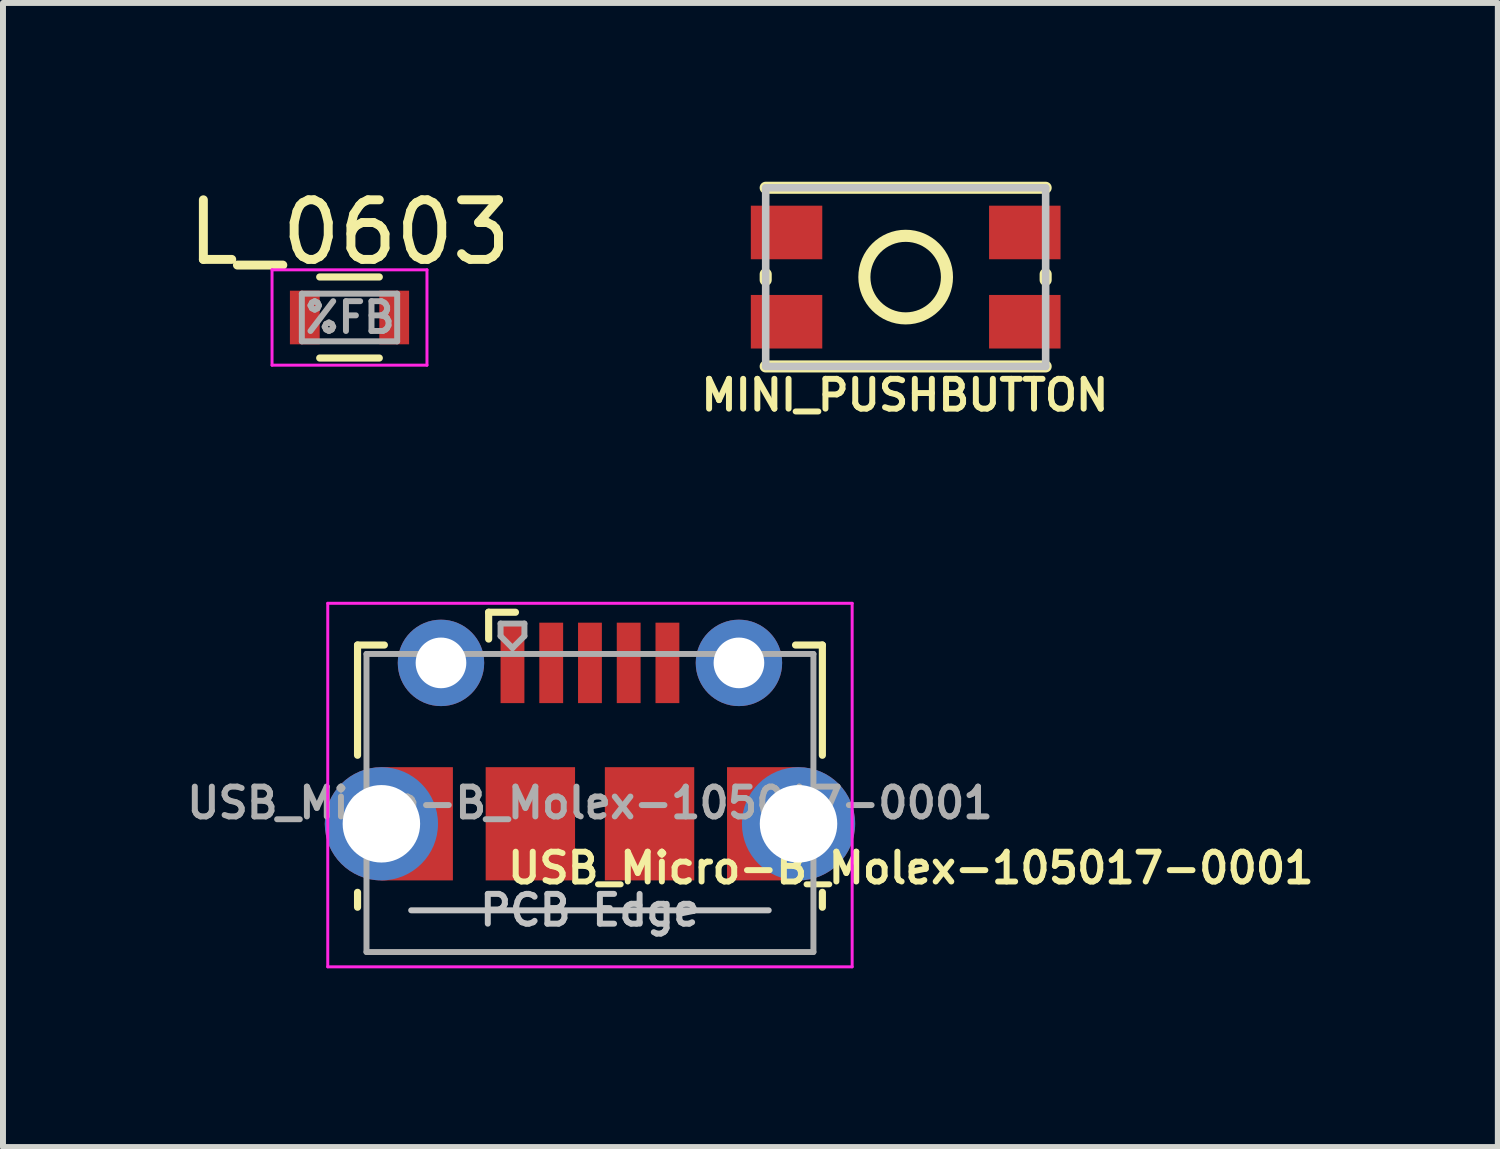
<source format=kicad_pcb>
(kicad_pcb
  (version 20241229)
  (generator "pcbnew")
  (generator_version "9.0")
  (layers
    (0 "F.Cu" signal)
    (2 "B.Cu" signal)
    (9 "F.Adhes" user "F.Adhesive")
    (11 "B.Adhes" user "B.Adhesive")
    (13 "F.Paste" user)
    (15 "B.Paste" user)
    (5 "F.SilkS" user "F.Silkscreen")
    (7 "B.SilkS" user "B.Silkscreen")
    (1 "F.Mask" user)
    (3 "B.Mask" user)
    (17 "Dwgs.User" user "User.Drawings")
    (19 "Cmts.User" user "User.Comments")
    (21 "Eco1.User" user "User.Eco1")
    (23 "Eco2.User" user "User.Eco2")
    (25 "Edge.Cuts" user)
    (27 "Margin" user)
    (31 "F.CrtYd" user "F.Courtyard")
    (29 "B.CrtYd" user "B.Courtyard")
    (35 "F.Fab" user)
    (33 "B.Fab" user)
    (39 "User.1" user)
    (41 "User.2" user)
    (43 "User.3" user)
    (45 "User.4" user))
  (footprint "USB_Micro-B_Molex-105017-0001"
    (layer "F.Cu")
    (at 6.85 10.424)
    (property "Reference" "USB_Micro-B_Molex-105017-0001" (at 5.385 1.092 0) (layer "F.SilkS") (effects (font (size 0.5 0.5) (thickness 0.1))))
    (attr smd)
    (fp_line (start -3.9 -2.65) (end -3.45 -2.65) (stroke (width 0.12) (type solid)) (layer "F.SilkS"))
    (fp_line (start -3.9 -0.8) (end -3.9 -2.65) (stroke (width 0.12) (type solid)) (layer "F.SilkS"))
    (fp_line (start -3.9 1.75) (end -3.9 1.5) (stroke (width 0.12) (type solid)) (layer "F.SilkS"))
    (fp_line (start -1.7 -3.2) (end -1.7 -2.75) (stroke (width 0.12) (type solid)) (layer "F.SilkS"))
    (fp_line (start -1.7 -3.2) (end -1.25 -3.2) (stroke (width 0.12) (type solid)) (layer "F.SilkS"))
    (fp_line (start 3.9 -2.65) (end 3.45 -2.65) (stroke (width 0.12) (type solid)) (layer "F.SilkS"))
    (fp_line (start 3.9 -0.8) (end 3.9 -2.65) (stroke (width 0.12) (type solid)) (layer "F.SilkS"))
    (fp_line (start 3.9 1.75) (end 3.9 1.5) (stroke (width 0.12) (type solid)) (layer "F.SilkS"))
    (fp_line (start -3 1.802) (end 3 1.802) (stroke (width 0.1) (type solid)) (layer "Dwgs.User"))
    (fp_line (start -4.4 -3.35) (end 4.4 -3.35) (stroke (width 0.05) (type solid)) (layer "F.CrtYd"))
    (fp_line (start -4.4 2.75) (end -4.4 -3.35) (stroke (width 0.05) (type solid)) (layer "F.CrtYd"))
    (fp_line (start -4.4 2.75) (end 4.4 2.75) (stroke (width 0.05) (type solid)) (layer "F.CrtYd"))
    (fp_line (start 4.4 -3.35) (end 4.4 2.75) (stroke (width 0.05) (type solid)) (layer "F.CrtYd"))
    (fp_line (start -3.75 -2.5) (end 3.75 -2.5) (stroke (width 0.1) (type solid)) (layer "F.Fab"))
    (fp_line (start -3.75 2.5) (end -3.75 -2.5) (stroke (width 0.1) (type solid)) (layer "F.Fab"))
    (fp_line (start -3.75 2.502) (end 3.75 2.502) (stroke (width 0.1) (type solid)) (layer "F.Fab"))
    (fp_line (start -1.5 -3.01) (end -1.5 -2.8) (stroke (width 0.1) (type solid)) (layer "F.Fab"))
    (fp_line (start -1.5 -3.01) (end -1.1 -3.01) (stroke (width 0.1) (type solid)) (layer "F.Fab"))
    (fp_line (start -1.3 -2.6) (end -1.5 -2.8) (stroke (width 0.1) (type solid)) (layer "F.Fab"))
    (fp_line (start -1.1 -3.01) (end -1.1 -2.8) (stroke (width 0.1) (type solid)) (layer "F.Fab"))
    (fp_line (start -1.1 -2.8) (end -1.3 -2.6) (stroke (width 0.1) (type solid)) (layer "F.Fab"))
    (fp_line (start 3.75 2.5) (end 3.75 -2.5) (stroke (width 0.1) (type solid)) (layer "F.Fab"))
    (fp_text user "PCB Edge" (at 0 1.8 0) (layer "Dwgs.User") (effects (font (size 0.5 0.5) (thickness 0.1))))
    (fp_text user "${REFERENCE}" (at 0 0 0) (layer "F.Fab") (effects (font (size 0.5 0.5) (thickness 0.1))))
    (pad "1" smd rect (at -1.3 -2.35) (size 0.4 1.35) (layers "F.Cu" "F.Mask" "F.Paste"))
    (pad "2" smd rect (at -0.65 -2.35) (size 0.4 1.35) (layers "F.Cu" "F.Mask" "F.Paste"))
    (pad "3" smd rect (at 0 -2.35) (size 0.4 1.35) (layers "F.Cu" "F.Mask" "F.Paste"))
    (pad "4" smd rect (at 0.65 -2.35) (size 0.4 1.35) (layers "F.Cu" "F.Mask" "F.Paste"))
    (pad "5" smd rect (at 1.3 -2.35) (size 0.4 1.35) (layers "F.Cu" "F.Mask" "F.Paste"))
    (pad "6" thru_hole oval (at -3.5 0.35 180) (size 1.9 1.9) (drill 1.3) (layers "*.Cu" "*.Mask"))
    (pad "6" smd rect (at -2.9 0.35) (size 1.2 1.9) (layers "F.Cu" "F.Mask"))
    (pad "6" thru_hole circle (at -2.5 -2.35) (size 1.45 1.45) (drill 0.85) (layers "*.Cu" "*.Mask"))
    (pad "6" smd rect (at -1 0.35) (size 1.5 1.9) (layers "F.Cu" "F.Mask" "F.Paste"))
    (pad "6" smd rect (at 1 0.35) (size 1.5 1.9) (layers "F.Cu" "F.Mask" "F.Paste"))
    (pad "6" thru_hole circle (at 2.5 -2.35) (size 1.45 1.45) (drill 0.85) (layers "*.Cu" "*.Mask"))
    (pad "6" smd rect (at 2.9 0.35) (size 1.2 1.9) (layers "F.Cu" "F.Mask"))
    (pad "6" thru_hole circle (at 3.5 0.35) (size 1.9 1.9) (drill 1.3) (layers "*.Cu" "*.Mask")))
  (footprint "MINI_PUSHBUTTON"
    (layer "F.Cu")
    (at 12.148 1.6)
    (property "Reference" "MINI_PUSHBUTTON" (at -0.013 1.981 0) (layer "F.SilkS") (effects (font (size 0.5 0.5) (thickness 0.1))))
    (attr smd)
    (fp_line (start -2.349 -1.499) (end 2.349 -1.499) (stroke (width 0.203) (type solid)) (layer "F.SilkS"))
    (fp_line (start -2.349 0.048) (end -2.349 -0.048) (stroke (width 0.203) (type solid)) (layer "F.SilkS"))
    (fp_line (start -2.349 1.499) (end 2.349 1.499) (stroke (width 0.203) (type solid)) (layer "F.SilkS"))
    (fp_line (start 2.349 0.048) (end 2.349 -0.048) (stroke (width 0.203) (type solid)) (layer "F.SilkS"))
    (fp_circle (center 0 0) (end 0 -0.693) (stroke (width 0.203) (type solid)) (fill no) (layer "F.SilkS"))
    (fp_line (start -2.349 -1.499) (end 2.349 -1.499) (stroke (width 0.127) (type solid)) (layer "Dwgs.User"))
    (fp_line (start -2.349 1.499) (end -2.349 -1.499) (stroke (width 0.127) (type solid)) (layer "Dwgs.User"))
    (fp_line (start 2.349 -1.499) (end 2.349 1.499) (stroke (width 0.127) (type solid)) (layer "Dwgs.User"))
    (fp_line (start 2.349 1.499) (end -2.349 1.499) (stroke (width 0.127) (type solid)) (layer "Dwgs.User"))
    (pad "1" smd rect (at -1.999 -0.749) (size 1.199 0.899) (layers "F.Cu" "F.Mask" "F.Paste"))
    (pad "2" smd rect (at 1.999 -0.749) (size 1.199 0.899) (layers "F.Cu" "F.Mask" "F.Paste"))
    (pad "3" smd rect (at -1.999 0.749) (size 1.199 0.899) (layers "F.Cu" "F.Mask" "F.Paste"))
    (pad "4" smd rect (at 1.999 0.749) (size 1.199 0.899) (layers "F.Cu" "F.Mask" "F.Paste")))
  (footprint "L_0603"
    (layer "F.Cu")
    (at 2.815 2.278)
    (property "Reference" "L_0603" (at 0 -1.43 0) (layer "F.SilkS") (effects (font (size 1 1) (thickness 0.15))))
    (attr smd)
    (fp_line (start -0.5 -0.68) (end 0.5 -0.68) (stroke (width 0.12) (type solid)) (layer "F.SilkS"))
    (fp_line (start 0.5 0.68) (end -0.5 0.68) (stroke (width 0.12) (type solid)) (layer "F.SilkS"))
    (fp_line (start -1.3 -0.8) (end -1.3 0.8) (stroke (width 0.05) (type solid)) (layer "F.CrtYd"))
    (fp_line (start -1.3 -0.8) (end 1.3 -0.8) (stroke (width 0.05) (type solid)) (layer "F.CrtYd"))
    (fp_line (start -1.3 0.8) (end 1.3 0.8) (stroke (width 0.05) (type solid)) (layer "F.CrtYd"))
    (fp_line (start 1.3 -0.8) (end 1.3 0.8) (stroke (width 0.05) (type solid)) (layer "F.CrtYd"))
    (fp_line (start -0.8 -0.4) (end 0.8 -0.4) (stroke (width 0.1) (type solid)) (layer "F.Fab"))
    (fp_line (start -0.8 0.4) (end -0.8 -0.4) (stroke (width 0.1) (type solid)) (layer "F.Fab"))
    (fp_line (start 0.8 -0.4) (end 0.8 0.4) (stroke (width 0.1) (type solid)) (layer "F.Fab"))
    (fp_line (start 0.8 0.4) (end -0.8 0.4) (stroke (width 0.1) (type solid)) (layer "F.Fab"))
    (fp_text user "%FB" (at 0 0 0) (layer "F.Fab") (effects (font (size 0.5 0.5) (thickness 0.1))))
    (pad "1" smd rect (at -0.75 0) (size 0.5 0.9) (layers "F.Cu" "F.Mask" "F.Paste"))
    (pad "2" smd rect (at 0.75 0) (size 0.5 0.9) (layers "F.Cu" "F.Mask" "F.Paste")))
  (gr_rect
    (start -3 -3)
    (end 22.085 16.199)
    (stroke (width 0.1) (type default))
    (fill no)
    (layer "Edge.Cuts")))
</source>
